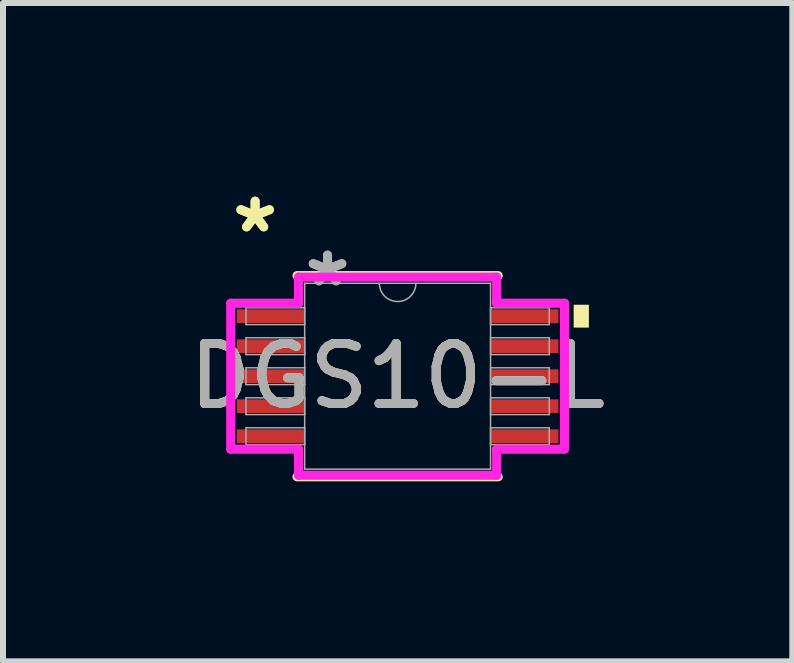
<source format=kicad_pcb>
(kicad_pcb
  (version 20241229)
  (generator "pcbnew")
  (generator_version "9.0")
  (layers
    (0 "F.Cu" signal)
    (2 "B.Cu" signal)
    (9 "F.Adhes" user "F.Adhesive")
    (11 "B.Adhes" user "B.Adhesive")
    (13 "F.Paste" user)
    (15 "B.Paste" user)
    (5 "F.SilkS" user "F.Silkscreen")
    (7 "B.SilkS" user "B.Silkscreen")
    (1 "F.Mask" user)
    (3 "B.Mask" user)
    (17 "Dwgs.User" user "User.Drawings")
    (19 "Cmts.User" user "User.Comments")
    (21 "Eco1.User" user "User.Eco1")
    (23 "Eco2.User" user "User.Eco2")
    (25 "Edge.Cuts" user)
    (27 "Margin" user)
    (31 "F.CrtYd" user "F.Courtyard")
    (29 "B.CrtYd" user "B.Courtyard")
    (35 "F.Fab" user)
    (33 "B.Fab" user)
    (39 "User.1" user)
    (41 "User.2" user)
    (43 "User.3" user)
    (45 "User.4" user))
  (footprint "DGS10-L"
    (layer "F.Cu")
    (at 3.577 3.22)
    (property "Reference" "DGS10-L" (at 0 0 0) (unlocked yes) (layer "F.SilkS") (effects (font (size 1 1) (thickness 0.15))))
    (attr smd)
    (fp_line (start -1.676 1.676) (end 1.676 1.676) (stroke (width 0.152) (type solid)) (layer "F.SilkS"))
    (fp_line (start 1.676 -1.676) (end -1.676 -1.676) (stroke (width 0.152) (type solid)) (layer "F.SilkS"))
    (fp_poly (pts (xy 3.188 -1.191) (xy 3.188 -0.81) (xy 2.934 -0.81) (xy 2.934 -1.191)) (stroke (width 0) (type solid)) (fill yes) (layer "F.SilkS"))
    (fp_line (start -2.781 -1.216) (end -1.651 -1.216) (stroke (width 0.152) (type solid)) (layer "F.CrtYd"))
    (fp_line (start -2.781 1.216) (end -2.781 -1.216) (stroke (width 0.152) (type solid)) (layer "F.CrtYd"))
    (fp_line (start -2.781 1.216) (end -1.651 1.216) (stroke (width 0.152) (type solid)) (layer "F.CrtYd"))
    (fp_line (start -1.651 -1.651) (end 1.651 -1.651) (stroke (width 0.152) (type solid)) (layer "F.CrtYd"))
    (fp_line (start -1.651 -1.216) (end -1.651 -1.651) (stroke (width 0.152) (type solid)) (layer "F.CrtYd"))
    (fp_line (start -1.651 1.651) (end -1.651 1.216) (stroke (width 0.152) (type solid)) (layer "F.CrtYd"))
    (fp_line (start 1.651 -1.651) (end 1.651 -1.216) (stroke (width 0.152) (type solid)) (layer "F.CrtYd"))
    (fp_line (start 1.651 1.216) (end 1.651 1.651) (stroke (width 0.152) (type solid)) (layer "F.CrtYd"))
    (fp_line (start 1.651 1.651) (end -1.651 1.651) (stroke (width 0.152) (type solid)) (layer "F.CrtYd"))
    (fp_line (start 2.781 -1.216) (end 1.651 -1.216) (stroke (width 0.152) (type solid)) (layer "F.CrtYd"))
    (fp_line (start 2.781 -1.216) (end 2.781 1.216) (stroke (width 0.152) (type solid)) (layer "F.CrtYd"))
    (fp_line (start 2.781 1.216) (end 1.651 1.216) (stroke (width 0.152) (type solid)) (layer "F.CrtYd"))
    (fp_line (start -2.527 -1.14) (end -2.527 -0.86) (stroke (width 0.025) (type solid)) (layer "F.Fab"))
    (fp_line (start -2.527 -0.86) (end -1.549 -0.86) (stroke (width 0.025) (type solid)) (layer "F.Fab"))
    (fp_line (start -2.527 -0.64) (end -2.527 -0.36) (stroke (width 0.025) (type solid)) (layer "F.Fab"))
    (fp_line (start -2.527 -0.36) (end -1.549 -0.36) (stroke (width 0.025) (type solid)) (layer "F.Fab"))
    (fp_line (start -2.527 -0.14) (end -2.527 0.14) (stroke (width 0.025) (type solid)) (layer "F.Fab"))
    (fp_line (start -2.527 0.14) (end -1.549 0.14) (stroke (width 0.025) (type solid)) (layer "F.Fab"))
    (fp_line (start -2.527 0.36) (end -2.527 0.64) (stroke (width 0.025) (type solid)) (layer "F.Fab"))
    (fp_line (start -2.527 0.64) (end -1.549 0.64) (stroke (width 0.025) (type solid)) (layer "F.Fab"))
    (fp_line (start -2.527 0.86) (end -2.527 1.14) (stroke (width 0.025) (type solid)) (layer "F.Fab"))
    (fp_line (start -2.527 1.14) (end -1.549 1.14) (stroke (width 0.025) (type solid)) (layer "F.Fab"))
    (fp_line (start -1.549 -1.549) (end -1.549 1.549) (stroke (width 0.025) (type solid)) (layer "F.Fab"))
    (fp_line (start -1.549 -1.14) (end -2.527 -1.14) (stroke (width 0.025) (type solid)) (layer "F.Fab"))
    (fp_line (start -1.549 -0.86) (end -1.549 -1.14) (stroke (width 0.025) (type solid)) (layer "F.Fab"))
    (fp_line (start -1.549 -0.64) (end -2.527 -0.64) (stroke (width 0.025) (type solid)) (layer "F.Fab"))
    (fp_line (start -1.549 -0.36) (end -1.549 -0.64) (stroke (width 0.025) (type solid)) (layer "F.Fab"))
    (fp_line (start -1.549 -0.14) (end -2.527 -0.14) (stroke (width 0.025) (type solid)) (layer "F.Fab"))
    (fp_line (start -1.549 0.14) (end -1.549 -0.14) (stroke (width 0.025) (type solid)) (layer "F.Fab"))
    (fp_line (start -1.549 0.36) (end -2.527 0.36) (stroke (width 0.025) (type solid)) (layer "F.Fab"))
    (fp_line (start -1.549 0.64) (end -1.549 0.36) (stroke (width 0.025) (type solid)) (layer "F.Fab"))
    (fp_line (start -1.549 0.86) (end -2.527 0.86) (stroke (width 0.025) (type solid)) (layer "F.Fab"))
    (fp_line (start -1.549 1.14) (end -1.549 0.86) (stroke (width 0.025) (type solid)) (layer "F.Fab"))
    (fp_line (start -1.549 1.549) (end 1.549 1.549) (stroke (width 0.025) (type solid)) (layer "F.Fab"))
    (fp_line (start 1.549 -1.549) (end -1.549 -1.549) (stroke (width 0.025) (type solid)) (layer "F.Fab"))
    (fp_line (start 1.549 -1.14) (end 1.549 -0.86) (stroke (width 0.025) (type solid)) (layer "F.Fab"))
    (fp_line (start 1.549 -0.86) (end 2.527 -0.86) (stroke (width 0.025) (type solid)) (layer "F.Fab"))
    (fp_line (start 1.549 -0.64) (end 1.549 -0.36) (stroke (width 0.025) (type solid)) (layer "F.Fab"))
    (fp_line (start 1.549 -0.36) (end 2.527 -0.36) (stroke (width 0.025) (type solid)) (layer "F.Fab"))
    (fp_line (start 1.549 -0.14) (end 1.549 0.14) (stroke (width 0.025) (type solid)) (layer "F.Fab"))
    (fp_line (start 1.549 0.14) (end 2.527 0.14) (stroke (width 0.025) (type solid)) (layer "F.Fab"))
    (fp_line (start 1.549 0.36) (end 1.549 0.64) (stroke (width 0.025) (type solid)) (layer "F.Fab"))
    (fp_line (start 1.549 0.64) (end 2.527 0.64) (stroke (width 0.025) (type solid)) (layer "F.Fab"))
    (fp_line (start 1.549 0.86) (end 1.549 1.14) (stroke (width 0.025) (type solid)) (layer "F.Fab"))
    (fp_line (start 1.549 1.14) (end 2.527 1.14) (stroke (width 0.025) (type solid)) (layer "F.Fab"))
    (fp_line (start 1.549 1.549) (end 1.549 -1.549) (stroke (width 0.025) (type solid)) (layer "F.Fab"))
    (fp_line (start 2.527 -1.14) (end 1.549 -1.14) (stroke (width 0.025) (type solid)) (layer "F.Fab"))
    (fp_line (start 2.527 -0.86) (end 2.527 -1.14) (stroke (width 0.025) (type solid)) (layer "F.Fab"))
    (fp_line (start 2.527 -0.64) (end 1.549 -0.64) (stroke (width 0.025) (type solid)) (layer "F.Fab"))
    (fp_line (start 2.527 -0.36) (end 2.527 -0.64) (stroke (width 0.025) (type solid)) (layer "F.Fab"))
    (fp_line (start 2.527 -0.14) (end 1.549 -0.14) (stroke (width 0.025) (type solid)) (layer "F.Fab"))
    (fp_line (start 2.527 0.14) (end 2.527 -0.14) (stroke (width 0.025) (type solid)) (layer "F.Fab"))
    (fp_line (start 2.527 0.36) (end 1.549 0.36) (stroke (width 0.025) (type solid)) (layer "F.Fab"))
    (fp_line (start 2.527 0.64) (end 2.527 0.36) (stroke (width 0.025) (type solid)) (layer "F.Fab"))
    (fp_line (start 2.527 0.86) (end 1.549 0.86) (stroke (width 0.025) (type solid)) (layer "F.Fab"))
    (fp_line (start 2.527 1.14) (end 2.527 0.86) (stroke (width 0.025) (type solid)) (layer "F.Fab"))
    (fp_arc (start 0.3048 -1.5494) (mid 0 -1.2446) (end -0.3048 -1.5494) (stroke (width 0.0254) (type solid)) (layer "F.Fab"))
    (fp_text user "*" (at -2.375 -2.372 0) (layer "F.SilkS") (effects (font (size 1 1) (thickness 0.15))))
    (fp_text user "*" (at -2.375 -2.372 0) (unlocked yes) (layer "F.SilkS") (effects (font (size 1 1) (thickness 0.15))))
    (fp_text user "${REFERENCE}" (at 0 0 0) (unlocked yes) (layer "F.Fab") (effects (font (size 1 1) (thickness 0.15))))
    (fp_text user "*" (at -1.168 -1.473 0) (layer "F.Fab") (effects (font (size 1 1) (thickness 0.15))))
    (fp_text user "*" (at -1.168 -1.473 0) (unlocked yes) (layer "F.Fab") (effects (font (size 1 1) (thickness 0.15))))
    (pad "1" smd rect (at -2.121 -1) (size 1.118 0.229) (layers "F.Cu" "F.Mask" "F.Paste"))
    (pad "2" smd rect (at -2.121 -0.5) (size 1.118 0.229) (layers "F.Cu" "F.Mask" "F.Paste"))
    (pad "3" smd rect (at -2.121 0) (size 1.118 0.229) (layers "F.Cu" "F.Mask" "F.Paste"))
    (pad "4" smd rect (at -2.121 0.5) (size 1.118 0.229) (layers "F.Cu" "F.Mask" "F.Paste"))
    (pad "5" smd rect (at -2.121 1) (size 1.118 0.229) (layers "F.Cu" "F.Mask" "F.Paste"))
    (pad "6" smd rect (at 2.121 1) (size 1.118 0.229) (layers "F.Cu" "F.Mask" "F.Paste"))
    (pad "7" smd rect (at 2.121 0.5) (size 1.118 0.229) (layers "F.Cu" "F.Mask" "F.Paste"))
    (pad "8" smd rect (at 2.121 0) (size 1.118 0.229) (layers "F.Cu" "F.Mask" "F.Paste"))
    (pad "9" smd rect (at 2.121 -0.5) (size 1.118 0.229) (layers "F.Cu" "F.Mask" "F.Paste"))
    (pad "10" smd rect (at 2.121 -1) (size 1.118 0.229) (layers "F.Cu" "F.Mask" "F.Paste")))
  (gr_rect
    (start -3 -3)
    (end 10.155 7.972)
    (stroke (width 0.1) (type default))
    (fill no)
    (layer "Edge.Cuts")))
</source>
